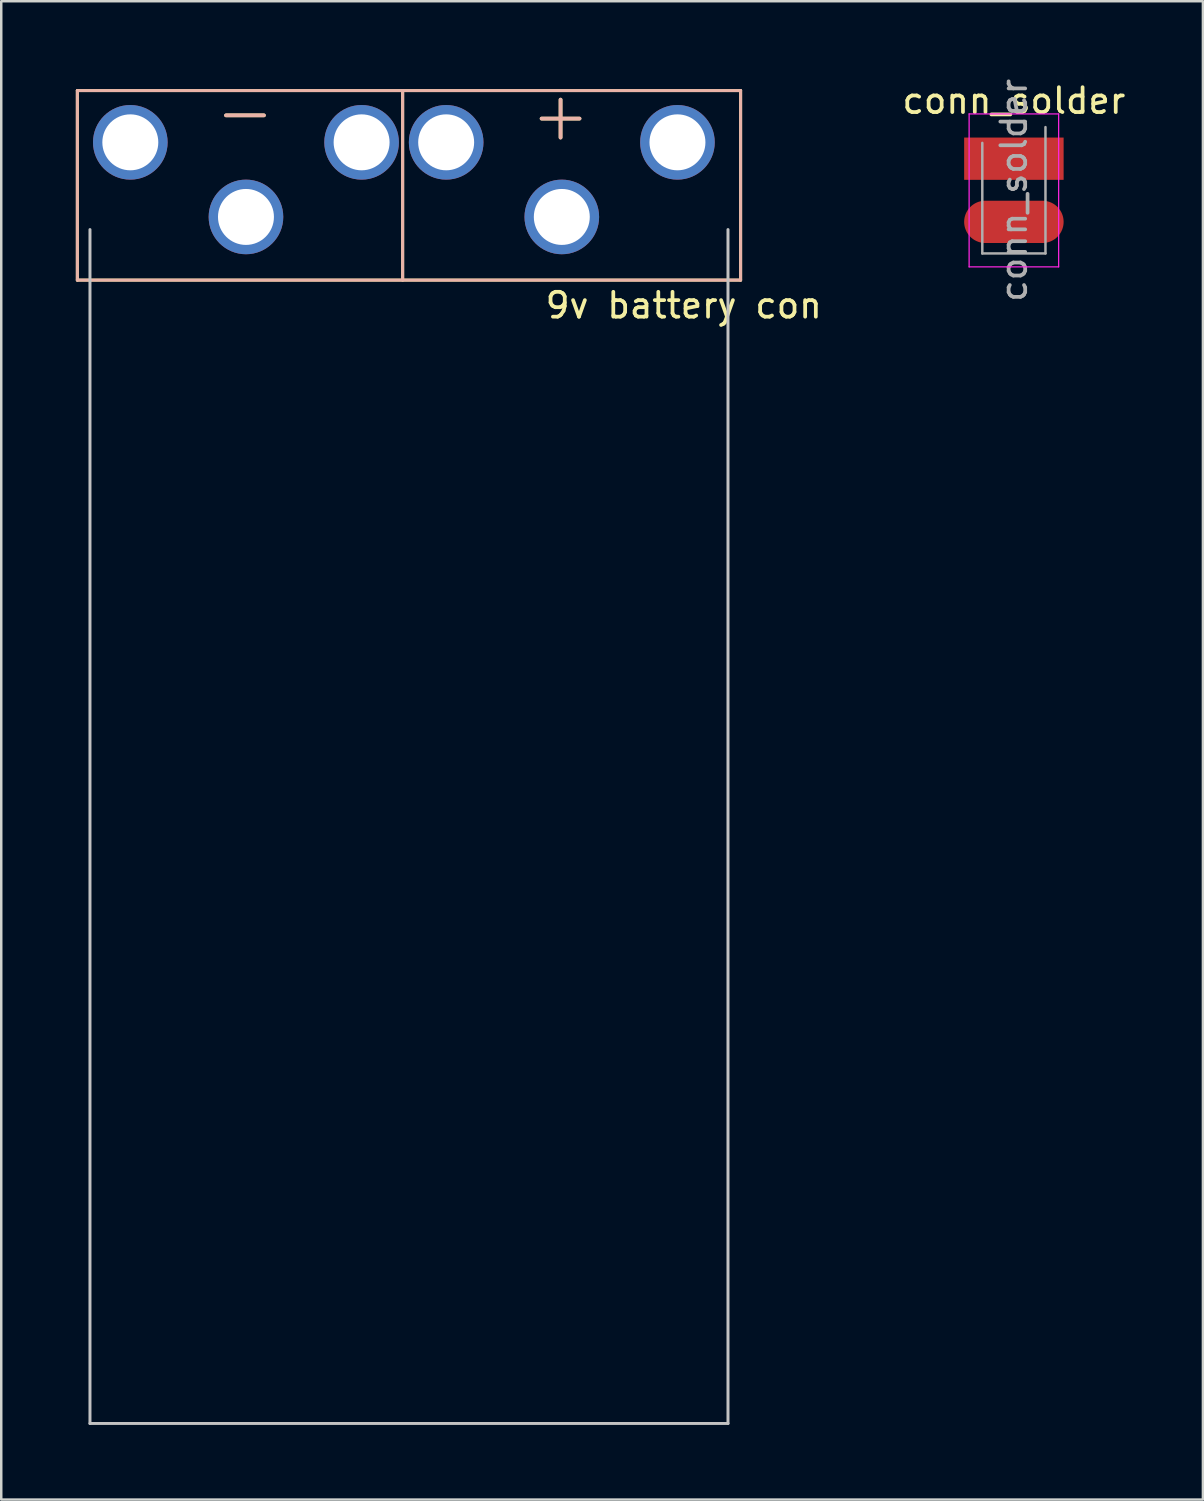
<source format=kicad_pcb>
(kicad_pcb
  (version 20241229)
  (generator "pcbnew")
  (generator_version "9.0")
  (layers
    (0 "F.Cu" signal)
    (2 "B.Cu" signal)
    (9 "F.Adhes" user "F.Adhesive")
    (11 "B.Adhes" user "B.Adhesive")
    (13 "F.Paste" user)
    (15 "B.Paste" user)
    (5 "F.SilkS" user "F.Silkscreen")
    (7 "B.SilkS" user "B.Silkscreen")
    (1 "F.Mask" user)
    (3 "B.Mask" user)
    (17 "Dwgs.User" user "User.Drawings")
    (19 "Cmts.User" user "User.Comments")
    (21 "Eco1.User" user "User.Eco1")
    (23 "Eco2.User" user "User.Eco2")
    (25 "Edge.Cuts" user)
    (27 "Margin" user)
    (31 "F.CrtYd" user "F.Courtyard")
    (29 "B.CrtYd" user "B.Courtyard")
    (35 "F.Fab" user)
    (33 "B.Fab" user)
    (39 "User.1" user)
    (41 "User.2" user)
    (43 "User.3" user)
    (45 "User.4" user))
  (footprint "conn_solder"
    (layer "F.Cu")
    (at 37.718 3.331)
    (property "Reference" "conn_solder" (at 0 -2.33 0) (layer "F.SilkS") (effects (font (size 1 1) (thickness 0.15))))
    (attr through_hole)
    (fp_line (start -1.8 -1.8) (end -1.8 4.35) (stroke (width 0.05) (type solid)) (layer "F.CrtYd"))
    (fp_line (start -1.8 4.35) (end 1.8 4.35) (stroke (width 0.05) (type solid)) (layer "F.CrtYd"))
    (fp_line (start 1.8 -1.8) (end -1.8 -1.8) (stroke (width 0.05) (type solid)) (layer "F.CrtYd"))
    (fp_line (start 1.8 4.35) (end 1.8 -1.8) (stroke (width 0.05) (type solid)) (layer "F.CrtYd"))
    (fp_line (start -1.27 3.81) (end -1.27 -0.635) (stroke (width 0.1) (type solid)) (layer "F.Fab"))
    (fp_line (start 1.27 -1.27) (end 1.27 3.81) (stroke (width 0.1) (type solid)) (layer "F.Fab"))
    (fp_line (start 1.27 3.81) (end -1.27 3.81) (stroke (width 0.1) (type solid)) (layer "F.Fab"))
    (fp_text user "${REFERENCE}" (at 0 1.27 90) (layer "F.Fab") (effects (font (size 1 1) (thickness 0.15))))
    (pad "1" smd rect (at 0 0) (size 4 1.7) (layers "F.Cu" "F.Mask" "F.Paste"))
    (pad "2" smd oval (at 0 2.54) (size 4 1.7) (layers "F.Cu" "F.Mask" "F.Paste")))
  (footprint "9v battery con"
    (layer "F.Cu")
    (at 24.19 5.673)
    (property "Reference" "9v battery con" (at 0.254 3.556 0) (layer "F.SilkS") (effects (font (size 1 1) (thickness 0.15))))
    (attr through_hole)
    (fp_line (start -24.13 -5.08) (end -24.13 2.54) (stroke (width 0.12) (type solid)) (layer "F.SilkS"))
    (fp_line (start -24.13 2.54) (end 2.54 2.54) (stroke (width 0.12) (type solid)) (layer "F.SilkS"))
    (fp_line (start -11.049 2.54) (end -11.049 -5.08) (stroke (width 0.12) (type solid)) (layer "F.SilkS"))
    (fp_line (start 2.54 -5.08) (end -24.13 -5.08) (stroke (width 0.12) (type solid)) (layer "F.SilkS"))
    (fp_line (start 2.54 2.54) (end 2.54 -5.08) (stroke (width 0.12) (type solid)) (layer "F.SilkS"))
    (fp_line (start -24.13 -5.08) (end -24.13 2.54) (stroke (width 0.12) (type solid)) (layer "B.SilkS"))
    (fp_line (start -24.13 2.54) (end 2.54 2.54) (stroke (width 0.12) (type solid)) (layer "B.SilkS"))
    (fp_line (start -11.049 2.54) (end -11.049 -5.08) (stroke (width 0.12) (type solid)) (layer "B.SilkS"))
    (fp_line (start 2.54 -5.08) (end -24.13 -5.08) (stroke (width 0.12) (type solid)) (layer "B.SilkS"))
    (fp_line (start 2.54 2.54) (end 2.54 -5.08) (stroke (width 0.12) (type solid)) (layer "B.SilkS"))
    (fp_line (start -23.622 48.514) (end -23.622 0.508) (stroke (width 0.12) (type solid)) (layer "Dwgs.User"))
    (fp_line (start 2.032 0.508) (end 2.032 48.514) (stroke (width 0.12) (type solid)) (layer "Dwgs.User"))
    (fp_line (start 2.032 48.514) (end -23.622 48.514) (stroke (width 0.12) (type solid)) (layer "Dwgs.User"))
    (fp_text user "+" (at -4.7 -4.11 0) (layer "F.SilkS") (effects (font (size 2 2) (thickness 0.15))))
    (fp_text user "-" (at -17.39 -4.24 0) (layer "F.SilkS") (effects (font (size 2 2) (thickness 0.15))))
    (fp_text user "+" (at -4.7 -4.11 0) (layer "B.SilkS") (effects (font (size 2 2) (thickness 0.15))))
    (fp_text user "-" (at -17.39 -4.24 0) (layer "B.SilkS") (effects (font (size 2 2) (thickness 0.15))))
    (pad "1" thru_hole circle (at -22 -3) (size 3 3) (drill 2.25) (layers "*.Cu" "*.Mask"))
    (pad "1" thru_hole circle (at -17.35 0) (size 3 3) (drill 2.25) (layers "*.Cu" "*.Mask"))
    (pad "1" thru_hole circle (at -12.7 -3) (size 3 3) (drill 2.25) (layers "*.Cu" "*.Mask"))
    (pad "2" thru_hole circle (at -9.3 -3) (size 3 3) (drill 2.25) (layers "*.Cu" "*.Mask"))
    (pad "2" thru_hole circle (at -4.65 0) (size 3 3) (drill 2.25) (layers "*.Cu" "*.Mask"))
    (pad "2" thru_hole circle (at 0 -3) (size 3 3) (drill 2.25) (layers "*.Cu" "*.Mask")))
  (gr_rect
    (start -3 -3)
    (end 45.319 57.247)
    (stroke (width 0.1) (type default))
    (fill no)
    (layer "Edge.Cuts")))
</source>
